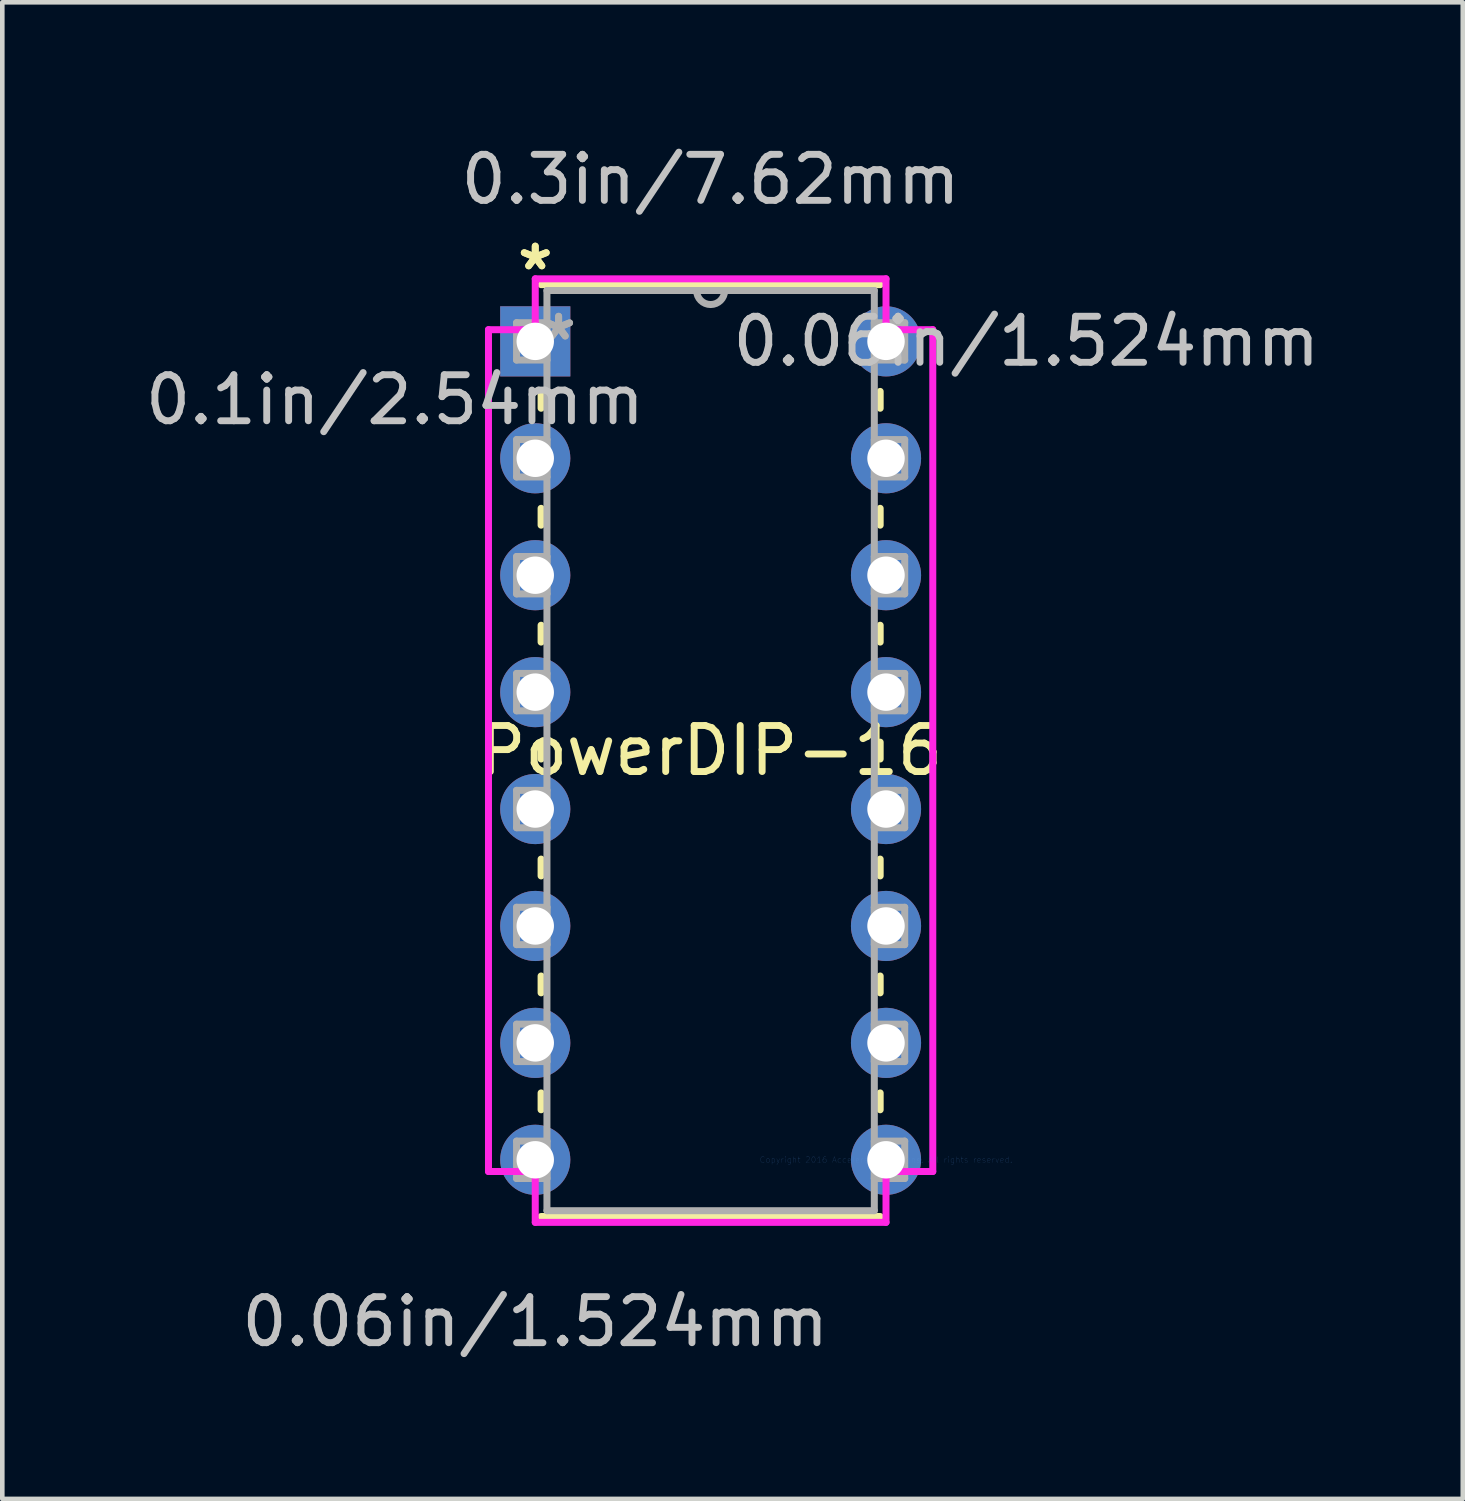
<source format=kicad_pcb>
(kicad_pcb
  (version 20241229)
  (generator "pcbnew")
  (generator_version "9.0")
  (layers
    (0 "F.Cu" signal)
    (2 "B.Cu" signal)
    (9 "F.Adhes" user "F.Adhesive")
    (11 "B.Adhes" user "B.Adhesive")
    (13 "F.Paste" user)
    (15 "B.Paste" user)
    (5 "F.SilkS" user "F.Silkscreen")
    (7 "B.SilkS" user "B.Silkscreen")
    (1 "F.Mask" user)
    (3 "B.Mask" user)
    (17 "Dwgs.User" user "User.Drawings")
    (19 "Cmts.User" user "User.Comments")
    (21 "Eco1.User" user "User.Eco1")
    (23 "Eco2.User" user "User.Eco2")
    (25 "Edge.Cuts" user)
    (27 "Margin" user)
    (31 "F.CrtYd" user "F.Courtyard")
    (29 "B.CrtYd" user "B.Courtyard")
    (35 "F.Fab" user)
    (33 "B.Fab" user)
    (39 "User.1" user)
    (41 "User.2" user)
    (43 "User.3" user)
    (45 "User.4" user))
  (footprint "PowerDIP-16"
    (layer "F.Cu")
    (at 16.198 22.146)
    (property "Reference" "PowerDIP-16" (at -3.81 -8.89 0) (layer "F.SilkS") (effects (font (size 1 1) (thickness 0.15))))
    (attr through_hole)
    (fp_line (start -7.493 -16.685) (end -7.493 -16.327) (stroke (width 0.152) (type solid)) (layer "F.SilkS"))
    (fp_line (start -7.493 -14.153) (end -7.493 -13.787) (stroke (width 0.152) (type solid)) (layer "F.SilkS"))
    (fp_line (start -7.493 -11.613) (end -7.493 -11.247) (stroke (width 0.152) (type solid)) (layer "F.SilkS"))
    (fp_line (start -7.493 -9.073) (end -7.493 -8.707) (stroke (width 0.152) (type solid)) (layer "F.SilkS"))
    (fp_line (start -7.493 -6.533) (end -7.493 -6.167) (stroke (width 0.152) (type solid)) (layer "F.SilkS"))
    (fp_line (start -7.493 -3.993) (end -7.493 -3.627) (stroke (width 0.152) (type solid)) (layer "F.SilkS"))
    (fp_line (start -7.493 -1.453) (end -7.493 -1.087) (stroke (width 0.152) (type solid)) (layer "F.SilkS"))
    (fp_line (start -7.493 1.232) (end -0.127 1.232) (stroke (width 0.152) (type solid)) (layer "F.SilkS"))
    (fp_line (start -0.127 -19.012) (end -7.493 -19.012) (stroke (width 0.152) (type solid)) (layer "F.SilkS"))
    (fp_line (start -0.127 -16.327) (end -0.127 -16.693) (stroke (width 0.152) (type solid)) (layer "F.SilkS"))
    (fp_line (start -0.127 -13.787) (end -0.127 -14.153) (stroke (width 0.152) (type solid)) (layer "F.SilkS"))
    (fp_line (start -0.127 -11.247) (end -0.127 -11.613) (stroke (width 0.152) (type solid)) (layer "F.SilkS"))
    (fp_line (start -0.127 -8.707) (end -0.127 -9.073) (stroke (width 0.152) (type solid)) (layer "F.SilkS"))
    (fp_line (start -0.127 -6.167) (end -0.127 -6.533) (stroke (width 0.152) (type solid)) (layer "F.SilkS"))
    (fp_line (start -0.127 -3.627) (end -0.127 -3.993) (stroke (width 0.152) (type solid)) (layer "F.SilkS"))
    (fp_line (start -0.127 -1.087) (end -0.127 -1.453) (stroke (width 0.152) (type solid)) (layer "F.SilkS"))
    (fp_line (start -8.636 -18.034) (end -8.636 0.254) (stroke (width 0.152) (type solid)) (layer "F.CrtYd"))
    (fp_line (start -8.636 0.254) (end -7.62 0.254) (stroke (width 0.152) (type solid)) (layer "F.CrtYd"))
    (fp_line (start -7.62 -19.139) (end -7.62 -18.034) (stroke (width 0.152) (type solid)) (layer "F.CrtYd"))
    (fp_line (start -7.62 -18.034) (end -8.636 -18.034) (stroke (width 0.152) (type solid)) (layer "F.CrtYd"))
    (fp_line (start -7.62 0.254) (end -7.62 1.359) (stroke (width 0.152) (type solid)) (layer "F.CrtYd"))
    (fp_line (start -7.62 1.359) (end 0 1.359) (stroke (width 0.152) (type solid)) (layer "F.CrtYd"))
    (fp_line (start 0 -19.139) (end -7.62 -19.139) (stroke (width 0.152) (type solid)) (layer "F.CrtYd"))
    (fp_line (start 0 -18.034) (end 0 -19.139) (stroke (width 0.152) (type solid)) (layer "F.CrtYd"))
    (fp_line (start 0 0.254) (end 1.016 0.254) (stroke (width 0.152) (type solid)) (layer "F.CrtYd"))
    (fp_line (start 0 1.359) (end 0 0.254) (stroke (width 0.152) (type solid)) (layer "F.CrtYd"))
    (fp_line (start 1.016 -18.034) (end 0 -18.034) (stroke (width 0.152) (type solid)) (layer "F.CrtYd"))
    (fp_line (start 1.016 0.254) (end 1.016 -18.034) (stroke (width 0.152) (type solid)) (layer "F.CrtYd"))
    (fp_line (start -8.026 -18.186) (end -8.026 -17.374) (stroke (width 0.152) (type solid)) (layer "F.Fab"))
    (fp_line (start -8.026 -17.374) (end -7.366 -17.374) (stroke (width 0.152) (type solid)) (layer "F.Fab"))
    (fp_line (start -8.026 -15.646) (end -8.026 -14.834) (stroke (width 0.152) (type solid)) (layer "F.Fab"))
    (fp_line (start -8.026 -14.834) (end -7.366 -14.834) (stroke (width 0.152) (type solid)) (layer "F.Fab"))
    (fp_line (start -8.026 -13.106) (end -8.026 -12.294) (stroke (width 0.152) (type solid)) (layer "F.Fab"))
    (fp_line (start -8.026 -12.294) (end -7.366 -12.294) (stroke (width 0.152) (type solid)) (layer "F.Fab"))
    (fp_line (start -8.026 -10.566) (end -8.026 -9.754) (stroke (width 0.152) (type solid)) (layer "F.Fab"))
    (fp_line (start -8.026 -9.754) (end -7.366 -9.754) (stroke (width 0.152) (type solid)) (layer "F.Fab"))
    (fp_line (start -8.026 -8.026) (end -8.026 -7.214) (stroke (width 0.152) (type solid)) (layer "F.Fab"))
    (fp_line (start -8.026 -7.214) (end -7.366 -7.214) (stroke (width 0.152) (type solid)) (layer "F.Fab"))
    (fp_line (start -8.026 -5.486) (end -8.026 -4.674) (stroke (width 0.152) (type solid)) (layer "F.Fab"))
    (fp_line (start -8.026 -4.674) (end -7.366 -4.674) (stroke (width 0.152) (type solid)) (layer "F.Fab"))
    (fp_line (start -8.026 -2.946) (end -8.026 -2.134) (stroke (width 0.152) (type solid)) (layer "F.Fab"))
    (fp_line (start -8.026 -2.134) (end -7.366 -2.134) (stroke (width 0.152) (type solid)) (layer "F.Fab"))
    (fp_line (start -8.026 -0.406) (end -8.026 0.406) (stroke (width 0.152) (type solid)) (layer "F.Fab"))
    (fp_line (start -8.026 0.406) (end -7.366 0.406) (stroke (width 0.152) (type solid)) (layer "F.Fab"))
    (fp_line (start -7.366 -18.885) (end -7.366 1.105) (stroke (width 0.152) (type solid)) (layer "F.Fab"))
    (fp_line (start -7.366 -18.186) (end -8.026 -18.186) (stroke (width 0.152) (type solid)) (layer "F.Fab"))
    (fp_line (start -7.366 -17.374) (end -7.366 -18.186) (stroke (width 0.152) (type solid)) (layer "F.Fab"))
    (fp_line (start -7.366 -15.646) (end -8.026 -15.646) (stroke (width 0.152) (type solid)) (layer "F.Fab"))
    (fp_line (start -7.366 -14.834) (end -7.366 -15.646) (stroke (width 0.152) (type solid)) (layer "F.Fab"))
    (fp_line (start -7.366 -13.106) (end -8.026 -13.106) (stroke (width 0.152) (type solid)) (layer "F.Fab"))
    (fp_line (start -7.366 -12.294) (end -7.366 -13.106) (stroke (width 0.152) (type solid)) (layer "F.Fab"))
    (fp_line (start -7.366 -10.566) (end -8.026 -10.566) (stroke (width 0.152) (type solid)) (layer "F.Fab"))
    (fp_line (start -7.366 -9.754) (end -7.366 -10.566) (stroke (width 0.152) (type solid)) (layer "F.Fab"))
    (fp_line (start -7.366 -8.026) (end -8.026 -8.026) (stroke (width 0.152) (type solid)) (layer "F.Fab"))
    (fp_line (start -7.366 -7.214) (end -7.366 -8.026) (stroke (width 0.152) (type solid)) (layer "F.Fab"))
    (fp_line (start -7.366 -5.486) (end -8.026 -5.486) (stroke (width 0.152) (type solid)) (layer "F.Fab"))
    (fp_line (start -7.366 -4.674) (end -7.366 -5.486) (stroke (width 0.152) (type solid)) (layer "F.Fab"))
    (fp_line (start -7.366 -2.946) (end -8.026 -2.946) (stroke (width 0.152) (type solid)) (layer "F.Fab"))
    (fp_line (start -7.366 -2.134) (end -7.366 -2.946) (stroke (width 0.152) (type solid)) (layer "F.Fab"))
    (fp_line (start -7.366 -0.406) (end -8.026 -0.406) (stroke (width 0.152) (type solid)) (layer "F.Fab"))
    (fp_line (start -7.366 0.406) (end -7.366 -0.406) (stroke (width 0.152) (type solid)) (layer "F.Fab"))
    (fp_line (start -7.366 1.105) (end -0.254 1.105) (stroke (width 0.152) (type solid)) (layer "F.Fab"))
    (fp_line (start -0.254 -18.885) (end -7.366 -18.885) (stroke (width 0.152) (type solid)) (layer "F.Fab"))
    (fp_line (start -0.254 -18.186) (end -0.254 -17.374) (stroke (width 0.152) (type solid)) (layer "F.Fab"))
    (fp_line (start -0.254 -17.374) (end 0.406 -17.374) (stroke (width 0.152) (type solid)) (layer "F.Fab"))
    (fp_line (start -0.254 -15.646) (end -0.254 -14.834) (stroke (width 0.152) (type solid)) (layer "F.Fab"))
    (fp_line (start -0.254 -14.834) (end 0.406 -14.834) (stroke (width 0.152) (type solid)) (layer "F.Fab"))
    (fp_line (start -0.254 -13.106) (end -0.254 -12.294) (stroke (width 0.152) (type solid)) (layer "F.Fab"))
    (fp_line (start -0.254 -12.294) (end 0.406 -12.294) (stroke (width 0.152) (type solid)) (layer "F.Fab"))
    (fp_line (start -0.254 -10.566) (end -0.254 -9.754) (stroke (width 0.152) (type solid)) (layer "F.Fab"))
    (fp_line (start -0.254 -9.754) (end 0.406 -9.754) (stroke (width 0.152) (type solid)) (layer "F.Fab"))
    (fp_line (start -0.254 -8.026) (end -0.254 -7.214) (stroke (width 0.152) (type solid)) (layer "F.Fab"))
    (fp_line (start -0.254 -7.214) (end 0.406 -7.214) (stroke (width 0.152) (type solid)) (layer "F.Fab"))
    (fp_line (start -0.254 -5.486) (end -0.254 -4.674) (stroke (width 0.152) (type solid)) (layer "F.Fab"))
    (fp_line (start -0.254 -4.674) (end 0.406 -4.674) (stroke (width 0.152) (type solid)) (layer "F.Fab"))
    (fp_line (start -0.254 -2.946) (end -0.254 -2.134) (stroke (width 0.152) (type solid)) (layer "F.Fab"))
    (fp_line (start -0.254 -2.134) (end 0.406 -2.134) (stroke (width 0.152) (type solid)) (layer "F.Fab"))
    (fp_line (start -0.254 -0.406) (end -0.254 0.406) (stroke (width 0.152) (type solid)) (layer "F.Fab"))
    (fp_line (start -0.254 0.406) (end 0.406 0.406) (stroke (width 0.152) (type solid)) (layer "F.Fab"))
    (fp_line (start -0.254 1.105) (end -0.254 -18.885) (stroke (width 0.152) (type solid)) (layer "F.Fab"))
    (fp_line (start 0.406 -18.186) (end -0.254 -18.186) (stroke (width 0.152) (type solid)) (layer "F.Fab"))
    (fp_line (start 0.406 -17.374) (end 0.406 -18.186) (stroke (width 0.152) (type solid)) (layer "F.Fab"))
    (fp_line (start 0.406 -15.646) (end -0.254 -15.646) (stroke (width 0.152) (type solid)) (layer "F.Fab"))
    (fp_line (start 0.406 -14.834) (end 0.406 -15.646) (stroke (width 0.152) (type solid)) (layer "F.Fab"))
    (fp_line (start 0.406 -13.106) (end -0.254 -13.106) (stroke (width 0.152) (type solid)) (layer "F.Fab"))
    (fp_line (start 0.406 -12.294) (end 0.406 -13.106) (stroke (width 0.152) (type solid)) (layer "F.Fab"))
    (fp_line (start 0.406 -10.566) (end -0.254 -10.566) (stroke (width 0.152) (type solid)) (layer "F.Fab"))
    (fp_line (start 0.406 -9.754) (end 0.406 -10.566) (stroke (width 0.152) (type solid)) (layer "F.Fab"))
    (fp_line (start 0.406 -8.026) (end -0.254 -8.026) (stroke (width 0.152) (type solid)) (layer "F.Fab"))
    (fp_line (start 0.406 -7.214) (end 0.406 -8.026) (stroke (width 0.152) (type solid)) (layer "F.Fab"))
    (fp_line (start 0.406 -5.486) (end -0.254 -5.486) (stroke (width 0.152) (type solid)) (layer "F.Fab"))
    (fp_line (start 0.406 -4.674) (end 0.406 -5.486) (stroke (width 0.152) (type solid)) (layer "F.Fab"))
    (fp_line (start 0.406 -2.946) (end -0.254 -2.946) (stroke (width 0.152) (type solid)) (layer "F.Fab"))
    (fp_line (start 0.406 -2.134) (end 0.406 -2.946) (stroke (width 0.152) (type solid)) (layer "F.Fab"))
    (fp_line (start 0.406 -0.406) (end -0.254 -0.406) (stroke (width 0.152) (type solid)) (layer "F.Fab"))
    (fp_line (start 0.406 0.406) (end 0.406 -0.406) (stroke (width 0.152) (type solid)) (layer "F.Fab"))
    (fp_arc (start -3.5052 -18.8849) (mid -3.81 -18.5801) (end -4.1148 -18.8849) (stroke (width 0.1524) (type solid)) (layer "F.Fab"))
    (fp_text user "*" (at -7.62 -19.304 0) (layer "F.SilkS") (effects (font (size 1 1) (thickness 0.15))))
    (fp_text user "*" (at -7.62 -19.304 0) (layer "F.SilkS") (effects (font (size 1 1) (thickness 0.15))))
    (fp_text user "0.3in/7.62mm" (at -3.81 -21.298 0) (layer "Dwgs.User") (effects (font (size 1 1) (thickness 0.15))))
    (fp_text user "0.06in/1.524mm" (at 3.048 -17.78 0) (layer "Dwgs.User") (effects (font (size 1 1) (thickness 0.15))))
    (fp_text user "0.1in/2.54mm" (at -10.668 -16.51 0) (layer "Dwgs.User") (effects (font (size 1 1) (thickness 0.15))))
    (fp_text user "0.06in/1.524mm" (at -7.62 3.518 0) (layer "Dwgs.User") (effects (font (size 1 1) (thickness 0.15))))
    (fp_text user "Copyright 2016 Accelerated Designs. All rights reserved." (at 0 0 0) (layer "Cmts.User") (effects (font (size 0.127 0.127) (thickness 0.002))))
    (fp_text user "*" (at -7.112 -17.78 0) (layer "F.Fab") (effects (font (size 1 1) (thickness 0.15))))
    (fp_text user "*" (at -7.112 -17.78 0) (layer "F.Fab") (effects (font (size 1 1) (thickness 0.15))))
    (pad "1" thru_hole rect (at -7.62 -17.78) (size 1.524 1.524) (drill 0.813) (layers "*.Cu" "*.Mask"))
    (pad "2" thru_hole circle (at -7.62 -15.24) (size 1.524 1.524) (drill 0.813) (layers "*.Cu" "*.Mask"))
    (pad "3" thru_hole circle (at -7.62 -12.7) (size 1.524 1.524) (drill 0.813) (layers "*.Cu" "*.Mask"))
    (pad "4" thru_hole circle (at -7.62 -10.16) (size 1.524 1.524) (drill 0.813) (layers "*.Cu" "*.Mask"))
    (pad "5" thru_hole circle (at -7.62 -7.62) (size 1.524 1.524) (drill 0.813) (layers "*.Cu" "*.Mask"))
    (pad "6" thru_hole circle (at -7.62 -5.08) (size 1.524 1.524) (drill 0.813) (layers "*.Cu" "*.Mask"))
    (pad "7" thru_hole circle (at -7.62 -2.54) (size 1.524 1.524) (drill 0.813) (layers "*.Cu" "*.Mask"))
    (pad "8" thru_hole circle (at -7.62 0) (size 1.524 1.524) (drill 0.813) (layers "*.Cu" "*.Mask"))
    (pad "9" thru_hole circle (at 0 0) (size 1.524 1.524) (drill 0.813) (layers "*.Cu" "*.Mask"))
    (pad "10" thru_hole circle (at 0 -2.54) (size 1.524 1.524) (drill 0.813) (layers "*.Cu" "*.Mask"))
    (pad "11" thru_hole circle (at 0 -5.08) (size 1.524 1.524) (drill 0.813) (layers "*.Cu" "*.Mask"))
    (pad "12" thru_hole circle (at 0 -7.62) (size 1.524 1.524) (drill 0.813) (layers "*.Cu" "*.Mask"))
    (pad "13" thru_hole circle (at 0 -10.16) (size 1.524 1.524) (drill 0.813) (layers "*.Cu" "*.Mask"))
    (pad "14" thru_hole circle (at 0 -12.7) (size 1.524 1.524) (drill 0.813) (layers "*.Cu" "*.Mask"))
    (pad "15" thru_hole circle (at 0 -15.24) (size 1.524 1.524) (drill 0.813) (layers "*.Cu" "*.Mask"))
    (pad "16" thru_hole circle (at 0 -17.78) (size 1.524 1.524) (drill 0.813) (layers "*.Cu" "*.Mask")))
  (gr_rect
    (start -3 -3)
    (end 28.728 29.512)
    (stroke (width 0.1) (type default))
    (fill no)
    (layer "Edge.Cuts")))
</source>
